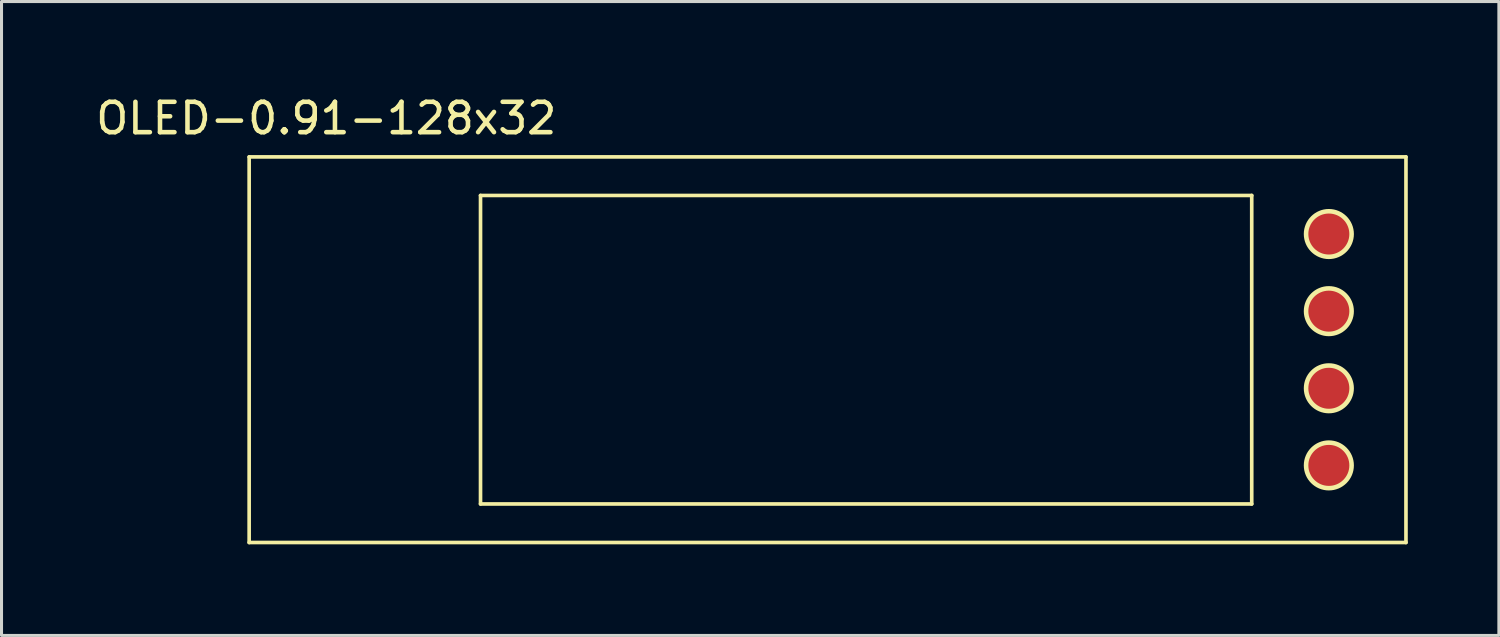
<source format=kicad_pcb>
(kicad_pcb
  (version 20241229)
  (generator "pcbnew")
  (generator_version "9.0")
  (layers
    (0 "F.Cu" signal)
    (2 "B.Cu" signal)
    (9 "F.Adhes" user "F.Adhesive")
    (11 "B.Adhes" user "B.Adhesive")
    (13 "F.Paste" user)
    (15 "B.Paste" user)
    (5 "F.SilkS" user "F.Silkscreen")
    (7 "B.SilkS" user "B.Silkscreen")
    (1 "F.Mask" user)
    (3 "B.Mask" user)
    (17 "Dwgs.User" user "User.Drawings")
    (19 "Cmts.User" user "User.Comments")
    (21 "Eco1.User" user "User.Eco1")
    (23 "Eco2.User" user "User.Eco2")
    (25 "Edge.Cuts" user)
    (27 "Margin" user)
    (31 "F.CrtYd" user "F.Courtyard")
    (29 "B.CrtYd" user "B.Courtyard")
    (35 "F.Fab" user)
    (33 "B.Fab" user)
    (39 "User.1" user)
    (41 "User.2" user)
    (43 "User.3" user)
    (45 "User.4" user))
  (footprint "OLED-0.91-128x32"
    (layer "F.Cu")
    (at 12.776 3.388)
    (property "Reference" "OLED-0.91-128x32" (at -5.08 -2.54 0) (layer "F.SilkS") (effects (font (size 1 1) (thickness 0.15))))
    (attr through_hole)
    (fp_line (start -7.62 -1.27) (end -7.62 11.43) (stroke (width 0.12) (type solid)) (layer "F.SilkS"))
    (fp_line (start -7.62 11.43) (end 30.48 11.43) (stroke (width 0.12) (type solid)) (layer "F.SilkS"))
    (fp_line (start 0 0) (end 0 10.16) (stroke (width 0.12) (type solid)) (layer "F.SilkS"))
    (fp_line (start 0 10.16) (end 25.4 10.16) (stroke (width 0.12) (type solid)) (layer "F.SilkS"))
    (fp_line (start 25.4 0) (end 0 0) (stroke (width 0.12) (type solid)) (layer "F.SilkS"))
    (fp_line (start 25.4 10.16) (end 25.4 0) (stroke (width 0.12) (type solid)) (layer "F.SilkS"))
    (fp_line (start 30.48 -1.27) (end -7.62 -1.27) (stroke (width 0.12) (type solid)) (layer "F.SilkS"))
    (fp_line (start 30.48 11.43) (end 30.48 -1.27) (stroke (width 0.12) (type solid)) (layer "F.SilkS"))
    (fp_circle (center 27.94 1.27) (end 28.69 1.27) (stroke (width 0.15) (type solid)) (fill no) (layer "F.SilkS"))
    (fp_circle (center 27.94 3.81) (end 28.69 3.81) (stroke (width 0.15) (type solid)) (fill no) (layer "F.SilkS"))
    (fp_circle (center 27.94 6.35) (end 28.69 6.35) (stroke (width 0.15) (type solid)) (fill no) (layer "F.SilkS"))
    (fp_circle (center 27.94 8.89) (end 28.69 8.89) (stroke (width 0.15) (type solid)) (fill no) (layer "F.SilkS"))
    (pad "1" smd circle (at 27.94 1.27) (size 1.524 1.524) (layers "F.Cu" "F.Mask" "F.Paste"))
    (pad "2" smd circle (at 27.94 3.81) (size 1.524 1.524) (layers "F.Cu" "F.Mask" "F.Paste"))
    (pad "3" smd circle (at 27.94 6.35) (size 1.524 1.524) (layers "F.Cu" "F.Mask" "F.Paste"))
    (pad "4" smd circle (at 27.94 8.89) (size 1.524 1.524) (layers "F.Cu" "F.Mask" "F.Paste")))
  (gr_rect
    (start -3 -3)
    (end 46.316 17.878)
    (stroke (width 0.1) (type default))
    (fill no)
    (layer "Edge.Cuts")))
</source>
